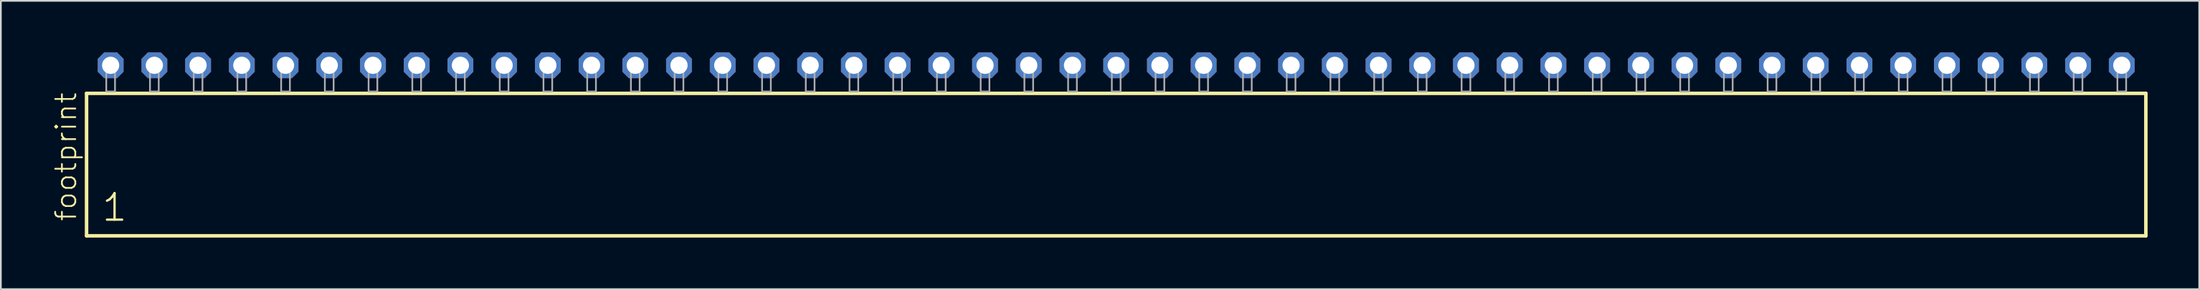
<source format=kicad_pcb>
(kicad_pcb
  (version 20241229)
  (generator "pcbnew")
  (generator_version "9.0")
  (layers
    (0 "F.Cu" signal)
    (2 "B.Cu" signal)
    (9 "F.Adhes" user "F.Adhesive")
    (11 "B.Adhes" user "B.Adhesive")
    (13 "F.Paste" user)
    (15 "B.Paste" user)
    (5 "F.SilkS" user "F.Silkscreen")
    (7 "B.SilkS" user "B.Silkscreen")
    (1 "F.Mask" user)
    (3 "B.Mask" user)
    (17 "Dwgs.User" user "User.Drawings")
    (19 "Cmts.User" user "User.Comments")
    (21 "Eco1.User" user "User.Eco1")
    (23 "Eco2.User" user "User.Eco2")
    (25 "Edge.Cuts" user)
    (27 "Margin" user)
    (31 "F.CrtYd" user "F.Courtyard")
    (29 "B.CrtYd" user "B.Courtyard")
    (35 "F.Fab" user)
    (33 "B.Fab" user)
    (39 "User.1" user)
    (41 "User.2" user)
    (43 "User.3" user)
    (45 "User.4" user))
  (footprint "footprint"
    (layer "F.Cu")
    (at 61.798 2.274)
    (property "Reference" "footprint" (at -60.325 7.62 90) (layer "F.SilkS") (effects (font (size 1.168 1.168) (thickness 0.102)) (justify left bottom)))
    (fp_line (start -59.819 0.106) (end -59.819 8.396) (stroke (width 0.203) (type solid)) (layer "F.SilkS"))
    (fp_line (start -59.819 8.396) (end 59.819 8.396) (stroke (width 0.203) (type solid)) (layer "F.SilkS"))
    (fp_line (start 59.819 0.106) (end -59.819 0.106) (stroke (width 0.203) (type solid)) (layer "F.SilkS"))
    (fp_line (start 59.819 8.396) (end 59.819 0.106) (stroke (width 0.203) (type solid)) (layer "F.SilkS"))
    (fp_poly (pts (xy -58.674 0) (xy -58.166 0) (xy -58.166 -1.778) (xy -58.674 -1.778)) (stroke (width 0.1) (type solid)) (fill no) (layer "F.Fab"))
    (fp_poly (pts (xy -56.134 0) (xy -55.626 0) (xy -55.626 -1.778) (xy -56.134 -1.778)) (stroke (width 0.1) (type solid)) (fill no) (layer "F.Fab"))
    (fp_poly (pts (xy -53.594 0) (xy -53.086 0) (xy -53.086 -1.778) (xy -53.594 -1.778)) (stroke (width 0.1) (type solid)) (fill no) (layer "F.Fab"))
    (fp_poly (pts (xy -51.054 0) (xy -50.546 0) (xy -50.546 -1.778) (xy -51.054 -1.778)) (stroke (width 0.1) (type solid)) (fill no) (layer "F.Fab"))
    (fp_poly (pts (xy -48.514 0) (xy -48.006 0) (xy -48.006 -1.778) (xy -48.514 -1.778)) (stroke (width 0.1) (type solid)) (fill no) (layer "F.Fab"))
    (fp_poly (pts (xy -45.974 0) (xy -45.466 0) (xy -45.466 -1.778) (xy -45.974 -1.778)) (stroke (width 0.1) (type solid)) (fill no) (layer "F.Fab"))
    (fp_poly (pts (xy -43.434 0) (xy -42.926 0) (xy -42.926 -1.778) (xy -43.434 -1.778)) (stroke (width 0.1) (type solid)) (fill no) (layer "F.Fab"))
    (fp_poly (pts (xy -40.894 0) (xy -40.386 0) (xy -40.386 -1.778) (xy -40.894 -1.778)) (stroke (width 0.1) (type solid)) (fill no) (layer "F.Fab"))
    (fp_poly (pts (xy -38.354 0) (xy -37.846 0) (xy -37.846 -1.778) (xy -38.354 -1.778)) (stroke (width 0.1) (type solid)) (fill no) (layer "F.Fab"))
    (fp_poly (pts (xy -35.814 0) (xy -35.306 0) (xy -35.306 -1.778) (xy -35.814 -1.778)) (stroke (width 0.1) (type solid)) (fill no) (layer "F.Fab"))
    (fp_poly (pts (xy -33.274 0) (xy -32.766 0) (xy -32.766 -1.778) (xy -33.274 -1.778)) (stroke (width 0.1) (type solid)) (fill no) (layer "F.Fab"))
    (fp_poly (pts (xy -30.734 0) (xy -30.226 0) (xy -30.226 -1.778) (xy -30.734 -1.778)) (stroke (width 0.1) (type solid)) (fill no) (layer "F.Fab"))
    (fp_poly (pts (xy -28.194 0) (xy -27.686 0) (xy -27.686 -1.778) (xy -28.194 -1.778)) (stroke (width 0.1) (type solid)) (fill no) (layer "F.Fab"))
    (fp_poly (pts (xy -25.654 0) (xy -25.146 0) (xy -25.146 -1.778) (xy -25.654 -1.778)) (stroke (width 0.1) (type solid)) (fill no) (layer "F.Fab"))
    (fp_poly (pts (xy -23.114 0) (xy -22.606 0) (xy -22.606 -1.778) (xy -23.114 -1.778)) (stroke (width 0.1) (type solid)) (fill no) (layer "F.Fab"))
    (fp_poly (pts (xy -20.574 0) (xy -20.066 0) (xy -20.066 -1.778) (xy -20.574 -1.778)) (stroke (width 0.1) (type solid)) (fill no) (layer "F.Fab"))
    (fp_poly (pts (xy -18.034 0) (xy -17.526 0) (xy -17.526 -1.778) (xy -18.034 -1.778)) (stroke (width 0.1) (type solid)) (fill no) (layer "F.Fab"))
    (fp_poly (pts (xy -15.494 0) (xy -14.986 0) (xy -14.986 -1.778) (xy -15.494 -1.778)) (stroke (width 0.1) (type solid)) (fill no) (layer "F.Fab"))
    (fp_poly (pts (xy -12.954 0) (xy -12.446 0) (xy -12.446 -1.778) (xy -12.954 -1.778)) (stroke (width 0.1) (type solid)) (fill no) (layer "F.Fab"))
    (fp_poly (pts (xy -10.414 0) (xy -9.906 0) (xy -9.906 -1.778) (xy -10.414 -1.778)) (stroke (width 0.1) (type solid)) (fill no) (layer "F.Fab"))
    (fp_poly (pts (xy -7.874 0) (xy -7.366 0) (xy -7.366 -1.778) (xy -7.874 -1.778)) (stroke (width 0.1) (type solid)) (fill no) (layer "F.Fab"))
    (fp_poly (pts (xy -5.334 0) (xy -4.826 0) (xy -4.826 -1.778) (xy -5.334 -1.778)) (stroke (width 0.1) (type solid)) (fill no) (layer "F.Fab"))
    (fp_poly (pts (xy -2.794 0) (xy -2.286 0) (xy -2.286 -1.778) (xy -2.794 -1.778)) (stroke (width 0.1) (type solid)) (fill no) (layer "F.Fab"))
    (fp_poly (pts (xy -0.254 0) (xy 0.254 0) (xy 0.254 -1.778) (xy -0.254 -1.778)) (stroke (width 0.1) (type solid)) (fill no) (layer "F.Fab"))
    (fp_poly (pts (xy 2.286 0) (xy 2.794 0) (xy 2.794 -1.778) (xy 2.286 -1.778)) (stroke (width 0.1) (type solid)) (fill no) (layer "F.Fab"))
    (fp_poly (pts (xy 4.826 0) (xy 5.334 0) (xy 5.334 -1.778) (xy 4.826 -1.778)) (stroke (width 0.1) (type solid)) (fill no) (layer "F.Fab"))
    (fp_poly (pts (xy 7.366 0) (xy 7.874 0) (xy 7.874 -1.778) (xy 7.366 -1.778)) (stroke (width 0.1) (type solid)) (fill no) (layer "F.Fab"))
    (fp_poly (pts (xy 9.906 0) (xy 10.414 0) (xy 10.414 -1.778) (xy 9.906 -1.778)) (stroke (width 0.1) (type solid)) (fill no) (layer "F.Fab"))
    (fp_poly (pts (xy 12.446 0) (xy 12.954 0) (xy 12.954 -1.778) (xy 12.446 -1.778)) (stroke (width 0.1) (type solid)) (fill no) (layer "F.Fab"))
    (fp_poly (pts (xy 14.986 0) (xy 15.494 0) (xy 15.494 -1.778) (xy 14.986 -1.778)) (stroke (width 0.1) (type solid)) (fill no) (layer "F.Fab"))
    (fp_poly (pts (xy 17.526 0) (xy 18.034 0) (xy 18.034 -1.778) (xy 17.526 -1.778)) (stroke (width 0.1) (type solid)) (fill no) (layer "F.Fab"))
    (fp_poly (pts (xy 20.066 0) (xy 20.574 0) (xy 20.574 -1.778) (xy 20.066 -1.778)) (stroke (width 0.1) (type solid)) (fill no) (layer "F.Fab"))
    (fp_poly (pts (xy 22.606 0) (xy 23.114 0) (xy 23.114 -1.778) (xy 22.606 -1.778)) (stroke (width 0.1) (type solid)) (fill no) (layer "F.Fab"))
    (fp_poly (pts (xy 25.146 0) (xy 25.654 0) (xy 25.654 -1.778) (xy 25.146 -1.778)) (stroke (width 0.1) (type solid)) (fill no) (layer "F.Fab"))
    (fp_poly (pts (xy 27.686 0) (xy 28.194 0) (xy 28.194 -1.778) (xy 27.686 -1.778)) (stroke (width 0.1) (type solid)) (fill no) (layer "F.Fab"))
    (fp_poly (pts (xy 30.226 0) (xy 30.734 0) (xy 30.734 -1.778) (xy 30.226 -1.778)) (stroke (width 0.1) (type solid)) (fill no) (layer "F.Fab"))
    (fp_poly (pts (xy 32.766 0) (xy 33.274 0) (xy 33.274 -1.778) (xy 32.766 -1.778)) (stroke (width 0.1) (type solid)) (fill no) (layer "F.Fab"))
    (fp_poly (pts (xy 35.306 0) (xy 35.814 0) (xy 35.814 -1.778) (xy 35.306 -1.778)) (stroke (width 0.1) (type solid)) (fill no) (layer "F.Fab"))
    (fp_poly (pts (xy 37.846 0) (xy 38.354 0) (xy 38.354 -1.778) (xy 37.846 -1.778)) (stroke (width 0.1) (type solid)) (fill no) (layer "F.Fab"))
    (fp_poly (pts (xy 40.386 0) (xy 40.894 0) (xy 40.894 -1.778) (xy 40.386 -1.778)) (stroke (width 0.1) (type solid)) (fill no) (layer "F.Fab"))
    (fp_poly (pts (xy 42.926 0) (xy 43.434 0) (xy 43.434 -1.778) (xy 42.926 -1.778)) (stroke (width 0.1) (type solid)) (fill no) (layer "F.Fab"))
    (fp_poly (pts (xy 45.466 0) (xy 45.974 0) (xy 45.974 -1.778) (xy 45.466 -1.778)) (stroke (width 0.1) (type solid)) (fill no) (layer "F.Fab"))
    (fp_poly (pts (xy 48.006 0) (xy 48.514 0) (xy 48.514 -1.778) (xy 48.006 -1.778)) (stroke (width 0.1) (type solid)) (fill no) (layer "F.Fab"))
    (fp_poly (pts (xy 50.546 0) (xy 51.054 0) (xy 51.054 -1.778) (xy 50.546 -1.778)) (stroke (width 0.1) (type solid)) (fill no) (layer "F.Fab"))
    (fp_poly (pts (xy 53.086 0) (xy 53.594 0) (xy 53.594 -1.778) (xy 53.086 -1.778)) (stroke (width 0.1) (type solid)) (fill no) (layer "F.Fab"))
    (fp_poly (pts (xy 55.626 0) (xy 56.134 0) (xy 56.134 -1.778) (xy 55.626 -1.778)) (stroke (width 0.1) (type solid)) (fill no) (layer "F.Fab"))
    (fp_poly (pts (xy 58.166 0) (xy 58.674 0) (xy 58.674 -1.778) (xy 58.166 -1.778)) (stroke (width 0.1) (type solid)) (fill no) (layer "F.Fab"))
    (fp_text user "1" (at -59.015 7.65 0) (layer "F.SilkS") (effects (font (size 1.542 1.542) (thickness 0.134)) (justify left bottom)))
    (pad "1" thru_hole roundrect (at -58.42 -1.524) (size 1.5 1.5) (drill 1) (layers "*.Cu" "*.Mask") (roundrect_rratio 0.25) (chamfer_ratio 0.25) (chamfer top_left top_right bottom_left bottom_right))
    (pad "2" thru_hole roundrect (at -55.88 -1.524) (size 1.5 1.5) (drill 1) (layers "*.Cu" "*.Mask") (roundrect_rratio 0.25) (chamfer_ratio 0.25) (chamfer top_left top_right bottom_left bottom_right))
    (pad "3" thru_hole roundrect (at -53.34 -1.524) (size 1.5 1.5) (drill 1) (layers "*.Cu" "*.Mask") (roundrect_rratio 0.25) (chamfer_ratio 0.25) (chamfer top_left top_right bottom_left bottom_right))
    (pad "4" thru_hole roundrect (at -50.8 -1.524) (size 1.5 1.5) (drill 1) (layers "*.Cu" "*.Mask") (roundrect_rratio 0.25) (chamfer_ratio 0.25) (chamfer top_left top_right bottom_left bottom_right))
    (pad "5" thru_hole roundrect (at -48.26 -1.524) (size 1.5 1.5) (drill 1) (layers "*.Cu" "*.Mask") (roundrect_rratio 0.25) (chamfer_ratio 0.25) (chamfer top_left top_right bottom_left bottom_right))
    (pad "6" thru_hole roundrect (at -45.72 -1.524) (size 1.5 1.5) (drill 1) (layers "*.Cu" "*.Mask") (roundrect_rratio 0.25) (chamfer_ratio 0.25) (chamfer top_left top_right bottom_left bottom_right))
    (pad "7" thru_hole roundrect (at -43.18 -1.524) (size 1.5 1.5) (drill 1) (layers "*.Cu" "*.Mask") (roundrect_rratio 0.25) (chamfer_ratio 0.25) (chamfer top_left top_right bottom_left bottom_right))
    (pad "8" thru_hole roundrect (at -40.64 -1.524) (size 1.5 1.5) (drill 1) (layers "*.Cu" "*.Mask") (roundrect_rratio 0.25) (chamfer_ratio 0.25) (chamfer top_left top_right bottom_left bottom_right))
    (pad "9" thru_hole roundrect (at -38.1 -1.524) (size 1.5 1.5) (drill 1) (layers "*.Cu" "*.Mask") (roundrect_rratio 0.25) (chamfer_ratio 0.25) (chamfer top_left top_right bottom_left bottom_right))
    (pad "10" thru_hole roundrect (at -35.56 -1.524) (size 1.5 1.5) (drill 1) (layers "*.Cu" "*.Mask") (roundrect_rratio 0.25) (chamfer_ratio 0.25) (chamfer top_left top_right bottom_left bottom_right))
    (pad "11" thru_hole roundrect (at -33.02 -1.524) (size 1.5 1.5) (drill 1) (layers "*.Cu" "*.Mask") (roundrect_rratio 0.25) (chamfer_ratio 0.25) (chamfer top_left top_right bottom_left bottom_right))
    (pad "12" thru_hole roundrect (at -30.48 -1.524) (size 1.5 1.5) (drill 1) (layers "*.Cu" "*.Mask") (roundrect_rratio 0.25) (chamfer_ratio 0.25) (chamfer top_left top_right bottom_left bottom_right))
    (pad "13" thru_hole roundrect (at -27.94 -1.524) (size 1.5 1.5) (drill 1) (layers "*.Cu" "*.Mask") (roundrect_rratio 0.25) (chamfer_ratio 0.25) (chamfer top_left top_right bottom_left bottom_right))
    (pad "14" thru_hole roundrect (at -25.4 -1.524) (size 1.5 1.5) (drill 1) (layers "*.Cu" "*.Mask") (roundrect_rratio 0.25) (chamfer_ratio 0.25) (chamfer top_left top_right bottom_left bottom_right))
    (pad "15" thru_hole roundrect (at -22.86 -1.524) (size 1.5 1.5) (drill 1) (layers "*.Cu" "*.Mask") (roundrect_rratio 0.25) (chamfer_ratio 0.25) (chamfer top_left top_right bottom_left bottom_right))
    (pad "16" thru_hole roundrect (at -20.32 -1.524) (size 1.5 1.5) (drill 1) (layers "*.Cu" "*.Mask") (roundrect_rratio 0.25) (chamfer_ratio 0.25) (chamfer top_left top_right bottom_left bottom_right))
    (pad "17" thru_hole roundrect (at -17.78 -1.524) (size 1.5 1.5) (drill 1) (layers "*.Cu" "*.Mask") (roundrect_rratio 0.25) (chamfer_ratio 0.25) (chamfer top_left top_right bottom_left bottom_right))
    (pad "18" thru_hole roundrect (at -15.24 -1.524) (size 1.5 1.5) (drill 1) (layers "*.Cu" "*.Mask") (roundrect_rratio 0.25) (chamfer_ratio 0.25) (chamfer top_left top_right bottom_left bottom_right))
    (pad "19" thru_hole roundrect (at -12.7 -1.524) (size 1.5 1.5) (drill 1) (layers "*.Cu" "*.Mask") (roundrect_rratio 0.25) (chamfer_ratio 0.25) (chamfer top_left top_right bottom_left bottom_right))
    (pad "20" thru_hole roundrect (at -10.16 -1.524) (size 1.5 1.5) (drill 1) (layers "*.Cu" "*.Mask") (roundrect_rratio 0.25) (chamfer_ratio 0.25) (chamfer top_left top_right bottom_left bottom_right))
    (pad "21" thru_hole roundrect (at -7.62 -1.524) (size 1.5 1.5) (drill 1) (layers "*.Cu" "*.Mask") (roundrect_rratio 0.25) (chamfer_ratio 0.25) (chamfer top_left top_right bottom_left bottom_right))
    (pad "22" thru_hole roundrect (at -5.08 -1.524) (size 1.5 1.5) (drill 1) (layers "*.Cu" "*.Mask") (roundrect_rratio 0.25) (chamfer_ratio 0.25) (chamfer top_left top_right bottom_left bottom_right))
    (pad "23" thru_hole roundrect (at -2.54 -1.524) (size 1.5 1.5) (drill 1) (layers "*.Cu" "*.Mask") (roundrect_rratio 0.25) (chamfer_ratio 0.25) (chamfer top_left top_right bottom_left bottom_right))
    (pad "24" thru_hole roundrect (at 0 -1.524) (size 1.5 1.5) (drill 1) (layers "*.Cu" "*.Mask") (roundrect_rratio 0.25) (chamfer_ratio 0.25) (chamfer top_left top_right bottom_left bottom_right))
    (pad "25" thru_hole roundrect (at 2.54 -1.524) (size 1.5 1.5) (drill 1) (layers "*.Cu" "*.Mask") (roundrect_rratio 0.25) (chamfer_ratio 0.25) (chamfer top_left top_right bottom_left bottom_right))
    (pad "26" thru_hole roundrect (at 5.08 -1.524) (size 1.5 1.5) (drill 1) (layers "*.Cu" "*.Mask") (roundrect_rratio 0.25) (chamfer_ratio 0.25) (chamfer top_left top_right bottom_left bottom_right))
    (pad "27" thru_hole roundrect (at 7.62 -1.524) (size 1.5 1.5) (drill 1) (layers "*.Cu" "*.Mask") (roundrect_rratio 0.25) (chamfer_ratio 0.25) (chamfer top_left top_right bottom_left bottom_right))
    (pad "28" thru_hole roundrect (at 10.16 -1.524) (size 1.5 1.5) (drill 1) (layers "*.Cu" "*.Mask") (roundrect_rratio 0.25) (chamfer_ratio 0.25) (chamfer top_left top_right bottom_left bottom_right))
    (pad "29" thru_hole roundrect (at 12.7 -1.524) (size 1.5 1.5) (drill 1) (layers "*.Cu" "*.Mask") (roundrect_rratio 0.25) (chamfer_ratio 0.25) (chamfer top_left top_right bottom_left bottom_right))
    (pad "30" thru_hole roundrect (at 15.24 -1.524) (size 1.5 1.5) (drill 1) (layers "*.Cu" "*.Mask") (roundrect_rratio 0.25) (chamfer_ratio 0.25) (chamfer top_left top_right bottom_left bottom_right))
    (pad "31" thru_hole roundrect (at 17.78 -1.524) (size 1.5 1.5) (drill 1) (layers "*.Cu" "*.Mask") (roundrect_rratio 0.25) (chamfer_ratio 0.25) (chamfer top_left top_right bottom_left bottom_right))
    (pad "32" thru_hole roundrect (at 20.32 -1.524) (size 1.5 1.5) (drill 1) (layers "*.Cu" "*.Mask") (roundrect_rratio 0.25) (chamfer_ratio 0.25) (chamfer top_left top_right bottom_left bottom_right))
    (pad "33" thru_hole roundrect (at 22.86 -1.524) (size 1.5 1.5) (drill 1) (layers "*.Cu" "*.Mask") (roundrect_rratio 0.25) (chamfer_ratio 0.25) (chamfer top_left top_right bottom_left bottom_right))
    (pad "34" thru_hole roundrect (at 25.4 -1.524) (size 1.5 1.5) (drill 1) (layers "*.Cu" "*.Mask") (roundrect_rratio 0.25) (chamfer_ratio 0.25) (chamfer top_left top_right bottom_left bottom_right))
    (pad "35" thru_hole roundrect (at 27.94 -1.524) (size 1.5 1.5) (drill 1) (layers "*.Cu" "*.Mask") (roundrect_rratio 0.25) (chamfer_ratio 0.25) (chamfer top_left top_right bottom_left bottom_right))
    (pad "36" thru_hole roundrect (at 30.48 -1.524) (size 1.5 1.5) (drill 1) (layers "*.Cu" "*.Mask") (roundrect_rratio 0.25) (chamfer_ratio 0.25) (chamfer top_left top_right bottom_left bottom_right))
    (pad "37" thru_hole roundrect (at 33.02 -1.524) (size 1.5 1.5) (drill 1) (layers "*.Cu" "*.Mask") (roundrect_rratio 0.25) (chamfer_ratio 0.25) (chamfer top_left top_right bottom_left bottom_right))
    (pad "38" thru_hole roundrect (at 35.56 -1.524) (size 1.5 1.5) (drill 1) (layers "*.Cu" "*.Mask") (roundrect_rratio 0.25) (chamfer_ratio 0.25) (chamfer top_left top_right bottom_left bottom_right))
    (pad "39" thru_hole roundrect (at 38.1 -1.524) (size 1.5 1.5) (drill 1) (layers "*.Cu" "*.Mask") (roundrect_rratio 0.25) (chamfer_ratio 0.25) (chamfer top_left top_right bottom_left bottom_right))
    (pad "40" thru_hole roundrect (at 40.64 -1.524) (size 1.5 1.5) (drill 1) (layers "*.Cu" "*.Mask") (roundrect_rratio 0.25) (chamfer_ratio 0.25) (chamfer top_left top_right bottom_left bottom_right))
    (pad "41" thru_hole roundrect (at 43.18 -1.524) (size 1.5 1.5) (drill 1) (layers "*.Cu" "*.Mask") (roundrect_rratio 0.25) (chamfer_ratio 0.25) (chamfer top_left top_right bottom_left bottom_right))
    (pad "42" thru_hole roundrect (at 45.72 -1.524) (size 1.5 1.5) (drill 1) (layers "*.Cu" "*.Mask") (roundrect_rratio 0.25) (chamfer_ratio 0.25) (chamfer top_left top_right bottom_left bottom_right))
    (pad "43" thru_hole roundrect (at 48.26 -1.524) (size 1.5 1.5) (drill 1) (layers "*.Cu" "*.Mask") (roundrect_rratio 0.25) (chamfer_ratio 0.25) (chamfer top_left top_right bottom_left bottom_right))
    (pad "44" thru_hole roundrect (at 50.8 -1.524) (size 1.5 1.5) (drill 1) (layers "*.Cu" "*.Mask") (roundrect_rratio 0.25) (chamfer_ratio 0.25) (chamfer top_left top_right bottom_left bottom_right))
    (pad "45" thru_hole roundrect (at 53.34 -1.524) (size 1.5 1.5) (drill 1) (layers "*.Cu" "*.Mask") (roundrect_rratio 0.25) (chamfer_ratio 0.25) (chamfer top_left top_right bottom_left bottom_right))
    (pad "46" thru_hole roundrect (at 55.88 -1.524) (size 1.5 1.5) (drill 1) (layers "*.Cu" "*.Mask") (roundrect_rratio 0.25) (chamfer_ratio 0.25) (chamfer top_left top_right bottom_left bottom_right))
    (pad "47" thru_hole roundrect (at 58.42 -1.524) (size 1.5 1.5) (drill 1) (layers "*.Cu" "*.Mask") (roundrect_rratio 0.25) (chamfer_ratio 0.25) (chamfer top_left top_right bottom_left bottom_right)))
  (gr_rect
    (start -3 -3)
    (end 124.719 13.772)
    (stroke (width 0.1) (type default))
    (fill no)
    (layer "Edge.Cuts")))
</source>
